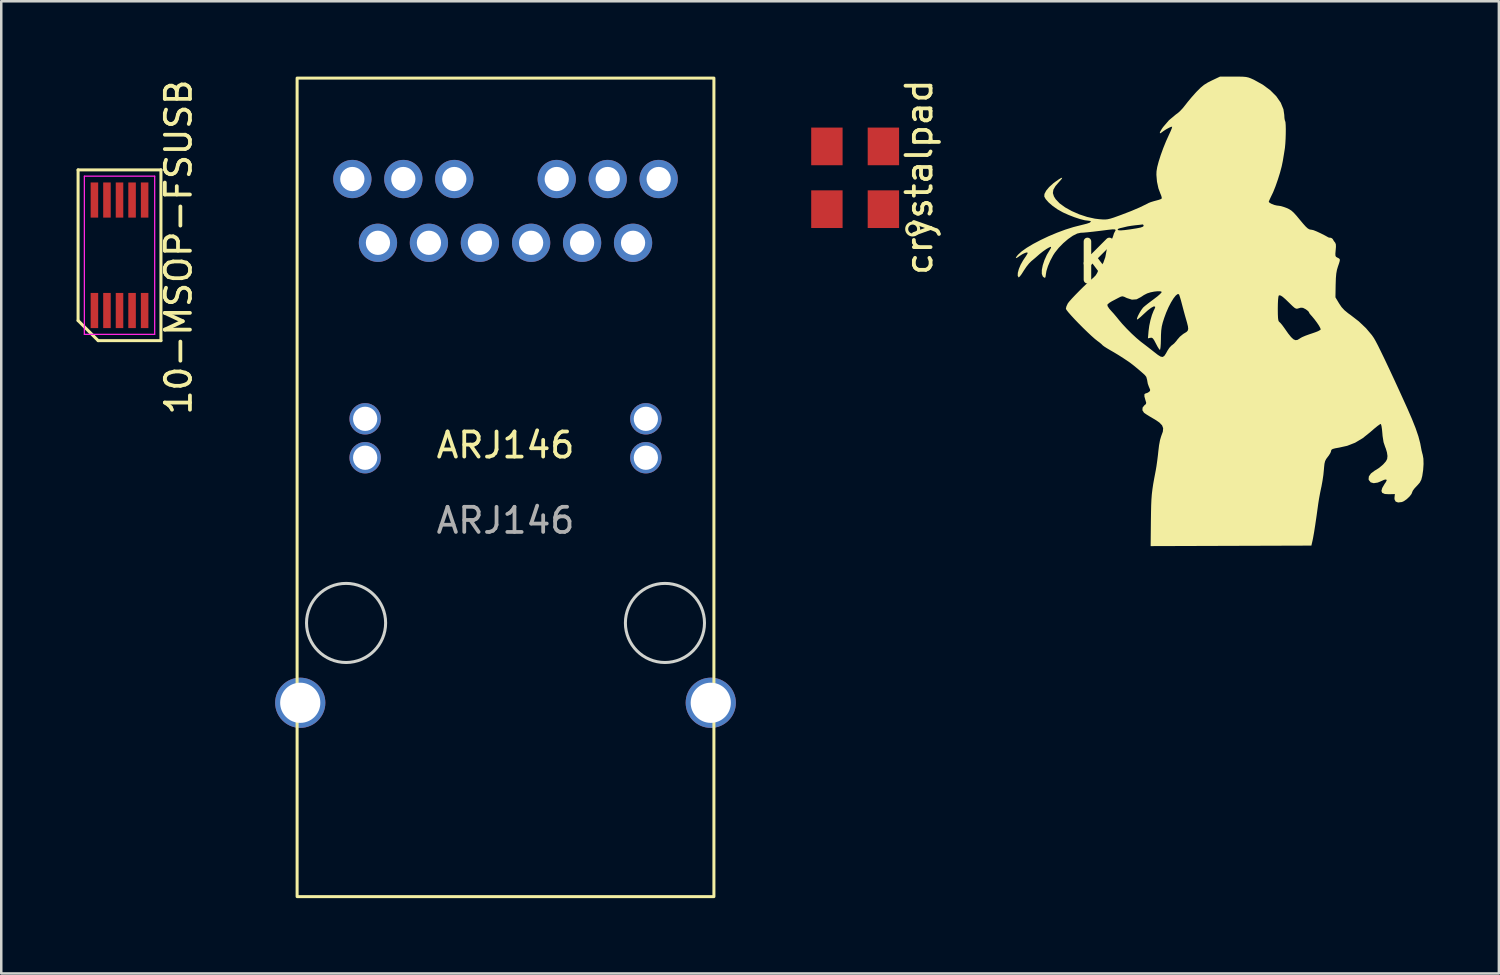
<source format=kicad_pcb>
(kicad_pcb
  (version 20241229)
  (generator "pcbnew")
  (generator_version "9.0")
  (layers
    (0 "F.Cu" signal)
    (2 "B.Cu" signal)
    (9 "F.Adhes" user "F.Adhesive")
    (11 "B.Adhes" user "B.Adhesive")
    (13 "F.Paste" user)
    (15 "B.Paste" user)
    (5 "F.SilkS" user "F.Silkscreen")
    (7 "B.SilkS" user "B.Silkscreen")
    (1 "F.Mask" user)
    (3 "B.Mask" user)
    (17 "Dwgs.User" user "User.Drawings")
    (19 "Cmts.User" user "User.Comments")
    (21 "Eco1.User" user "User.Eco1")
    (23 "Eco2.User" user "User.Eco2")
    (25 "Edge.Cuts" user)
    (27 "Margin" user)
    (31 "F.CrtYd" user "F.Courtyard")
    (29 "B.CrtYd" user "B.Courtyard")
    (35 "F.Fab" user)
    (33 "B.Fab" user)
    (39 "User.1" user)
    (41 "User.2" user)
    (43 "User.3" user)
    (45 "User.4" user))
  (footprint "ARJ146"
    (layer "F.Cu")
    (at 17.083 15.18)
    (property "Reference" "ARJ146" (at 0 -0.5 0) (unlocked yes) (layer "F.SilkS") (effects (font (size 1 1) (thickness 0.15))))
    (attr through_hole)
    (fp_rect (start 8.3 17.48) (end -8.3 -15.12) (stroke (width 0.12) (type solid)) (fill no) (layer "F.SilkS"))
    (fp_circle (center -6.35 6.58) (end -4.775 6.58) (stroke (width 0.12) (type solid)) (fill no) (layer "Edge.Cuts"))
    (fp_circle (center 6.35 6.58) (end 7.925 6.58) (stroke (width 0.12) (type solid)) (fill no) (layer "Edge.Cuts"))
    (fp_text user "${REFERENCE}" (at 0 2.5 0) (unlocked yes) (layer "F.Fab") (effects (font (size 1 1) (thickness 0.15))))
    (pad "1" thru_hole circle (at 5.08 -8.56) (size 1.524 1.524) (drill 0.965) (layers "*.Cu" "*.Mask"))
    (pad "2" thru_hole circle (at 3.05 -8.56) (size 1.524 1.524) (drill 0.965) (layers "*.Cu" "*.Mask"))
    (pad "3" thru_hole circle (at 1.02 -8.56) (size 1.524 1.524) (drill 0.965) (layers "*.Cu" "*.Mask"))
    (pad "4" thru_hole circle (at -1.02 -8.56) (size 1.524 1.524) (drill 0.965) (layers "*.Cu" "*.Mask"))
    (pad "5" thru_hole circle (at -3.05 -8.56) (size 1.524 1.524) (drill 0.965) (layers "*.Cu" "*.Mask"))
    (pad "6" thru_hole circle (at -5.08 -8.56) (size 1.524 1.524) (drill 0.965) (layers "*.Cu" "*.Mask"))
    (pad "7" thru_hole circle (at 6.1 -11.1) (size 1.524 1.524) (drill 0.965) (layers "*.Cu" "*.Mask"))
    (pad "8" thru_hole circle (at 4.07 -11.1) (size 1.524 1.524) (drill 0.965) (layers "*.Cu" "*.Mask"))
    (pad "9" thru_hole circle (at 2.04 -11.1) (size 1.524 1.524) (drill 0.965) (layers "*.Cu" "*.Mask"))
    (pad "10" thru_hole circle (at -2.04 -11.1) (size 1.524 1.524) (drill 0.965) (layers "*.Cu" "*.Mask"))
    (pad "11" thru_hole circle (at -4.07 -11.1) (size 1.524 1.524) (drill 0.965) (layers "*.Cu" "*.Mask"))
    (pad "12" thru_hole circle (at -6.1 -11.1) (size 1.524 1.524) (drill 0.965) (layers "*.Cu" "*.Mask"))
    (pad "13" thru_hole circle (at 5.59 -1.55) (size 1.25 1.25) (drill 0.965) (layers "*.Cu" "*.Mask"))
    (pad "14" thru_hole circle (at -5.59 -1.55) (size 1.25 1.25) (drill 0.965) (layers "*.Cu" "*.Mask"))
    (pad "15" thru_hole circle (at 5.59 0) (size 1.25 1.25) (drill 0.965) (layers "*.Cu" "*.Mask"))
    (pad "16" thru_hole circle (at -5.59 0) (size 1.25 1.25) (drill 0.965) (layers "*.Cu" "*.Mask"))
    (pad "17" thru_hole circle (at 8.175 9.76) (size 2 2) (drill 1.6) (layers "*.Cu" "*.Mask"))
    (pad "18" thru_hole circle (at -8.175 9.76) (size 2 2) (drill 1.6) (layers "*.Cu" "*.Mask")))
  (footprint "KANBARU"
    (layer "F.Cu")
    (at 44.361 8.7)
    (property "Reference" "KANBARU" (at 0.725 -1.3 180) (layer "F.SilkS") (effects (font (size 1.524 1.524) (thickness 0.3))))
    (attr through_hole)
    (fp_poly (pts (xy 1.94 -8.699) (xy 2.099 -8.695) (xy 2.217 -8.684) (xy 2.312 -8.663) (xy 2.405 -8.629) (xy 2.513 -8.58) (xy 2.527 -8.574) (xy 2.879 -8.379) (xy 3.179 -8.158) (xy 3.42 -7.916) (xy 3.597 -7.661) (xy 3.705 -7.397) (xy 3.738 -7.172) (xy 3.745 -7.049) (xy 3.76 -6.96) (xy 3.771 -6.936) (xy 3.786 -6.881) (xy 3.795 -6.765) (xy 3.799 -6.604) (xy 3.797 -6.416) (xy 3.791 -6.219) (xy 3.78 -6.031) (xy 3.765 -5.868) (xy 3.755 -5.8) (xy 3.727 -5.624) (xy 3.697 -5.444) (xy 3.68 -5.34) (xy 3.636 -5.126) (xy 3.567 -4.867) (xy 3.481 -4.593) (xy 3.389 -4.33) (xy 3.299 -4.105) (xy 3.259 -4.02) (xy 3.193 -3.884) (xy 3.144 -3.777) (xy 3.121 -3.718) (xy 3.12 -3.713) (xy 3.155 -3.673) (xy 3.24 -3.627) (xy 3.348 -3.586) (xy 3.453 -3.562) (xy 3.485 -3.56) (xy 3.584 -3.545) (xy 3.721 -3.507) (xy 3.822 -3.47) (xy 3.929 -3.421) (xy 4.022 -3.362) (xy 4.115 -3.279) (xy 4.226 -3.157) (xy 4.345 -3.013) (xy 4.488 -2.842) (xy 4.593 -2.725) (xy 4.674 -2.652) (xy 4.741 -2.614) (xy 4.806 -2.601) (xy 4.829 -2.6) (xy 4.907 -2.581) (xy 5.034 -2.53) (xy 5.19 -2.457) (xy 5.356 -2.373) (xy 5.511 -2.287) (xy 5.637 -2.209) (xy 5.713 -2.15) (xy 5.716 -2.147) (xy 5.768 -2.082) (xy 5.793 -2.015) (xy 5.796 -1.92) (xy 5.785 -1.788) (xy 5.773 -1.649) (xy 5.776 -1.568) (xy 5.798 -1.523) (xy 5.847 -1.493) (xy 5.86 -1.487) (xy 5.919 -1.457) (xy 5.949 -1.422) (xy 5.949 -1.365) (xy 5.921 -1.266) (xy 5.876 -1.136) (xy 5.836 -1.002) (xy 5.809 -0.854) (xy 5.793 -0.671) (xy 5.785 -0.431) (xy 5.784 -0.404) (xy 5.776 0.092) (xy 5.922 0.336) (xy 6.019 0.48) (xy 6.132 0.603) (xy 6.281 0.726) (xy 6.384 0.8) (xy 6.706 1.049) (xy 6.993 1.321) (xy 7.228 1.599) (xy 7.308 1.715) (xy 7.374 1.83) (xy 7.471 2.015) (xy 7.595 2.267) (xy 7.747 2.581) (xy 7.923 2.954) (xy 8.123 3.383) (xy 8.344 3.864) (xy 8.585 4.394) (xy 8.633 4.5) (xy 8.822 4.934) (xy 8.971 5.308) (xy 9.08 5.629) (xy 9.152 5.903) (xy 9.178 6.04) (xy 9.206 6.189) (xy 9.242 6.332) (xy 9.251 6.36) (xy 9.279 6.518) (xy 9.285 6.73) (xy 9.269 6.972) (xy 9.234 7.206) (xy 9.195 7.356) (xy 9.134 7.472) (xy 9.029 7.591) (xy 9.016 7.604) (xy 8.922 7.705) (xy 8.858 7.792) (xy 8.838 7.838) (xy 8.805 7.924) (xy 8.724 8.028) (xy 8.615 8.131) (xy 8.5 8.211) (xy 8.424 8.244) (xy 8.272 8.263) (xy 8.172 8.225) (xy 8.127 8.133) (xy 8.128 8.06) (xy 8.143 7.927) (xy 7.907 7.934) (xy 7.74 7.924) (xy 7.641 7.882) (xy 7.607 7.803) (xy 7.639 7.684) (xy 7.735 7.52) (xy 7.782 7.454) (xy 7.819 7.377) (xy 7.794 7.345) (xy 7.715 7.359) (xy 7.657 7.386) (xy 7.46 7.47) (xy 7.299 7.494) (xy 7.178 7.46) (xy 7.105 7.369) (xy 7.096 7.339) (xy 7.107 7.224) (xy 7.19 7.106) (xy 7.34 6.993) (xy 7.4 6.959) (xy 7.511 6.887) (xy 7.636 6.784) (xy 7.695 6.727) (xy 7.789 6.619) (xy 7.835 6.528) (xy 7.847 6.423) (xy 7.847 6.405) (xy 7.828 6.27) (xy 7.782 6.115) (xy 7.756 6.051) (xy 7.692 5.861) (xy 7.653 5.612) (xy 7.644 5.503) (xy 7.629 5.344) (xy 7.61 5.218) (xy 7.589 5.145) (xy 7.58 5.134) (xy 7.537 5.155) (xy 7.447 5.22) (xy 7.324 5.32) (xy 7.181 5.444) (xy 7.167 5.457) (xy 6.861 5.702) (xy 6.56 5.882) (xy 6.245 6.005) (xy 5.927 6.076) (xy 5.764 6.105) (xy 5.666 6.132) (xy 5.616 6.165) (xy 5.6 6.211) (xy 5.6 6.225) (xy 5.576 6.289) (xy 5.516 6.386) (xy 5.47 6.446) (xy 5.405 6.534) (xy 5.364 6.617) (xy 5.339 6.719) (xy 5.323 6.866) (xy 5.316 6.954) (xy 5.295 7.166) (xy 5.259 7.408) (xy 5.218 7.632) (xy 5.211 7.66) (xy 5.167 7.872) (xy 5.124 8.104) (xy 5.091 8.311) (xy 5.087 8.34) (xy 5.025 8.791) (xy 4.97 9.164) (xy 4.924 9.458) (xy 4.885 9.674) (xy 4.868 9.76) (xy 4.818 9.98) (xy 1.617 9.99) (xy -1.584 10) (xy -1.574 8.989) (xy -1.569 8.652) (xy -1.563 8.376) (xy -1.553 8.143) (xy -1.537 7.936) (xy -1.513 7.734) (xy -1.481 7.521) (xy -1.437 7.278) (xy -1.382 6.991) (xy -1.352 6.814) (xy -1.321 6.593) (xy -1.292 6.36) (xy -1.279 6.233) (xy -1.249 5.984) (xy -1.21 5.775) (xy -1.165 5.624) (xy -1.159 5.607) (xy -1.098 5.44) (xy -1.086 5.305) (xy -1.129 5.19) (xy -1.234 5.08) (xy -1.406 4.963) (xy -1.473 4.924) (xy -1.621 4.837) (xy -1.748 4.758) (xy -1.833 4.7) (xy -1.85 4.687) (xy -1.912 4.59) (xy -1.905 4.483) (xy -1.833 4.392) (xy -1.83 4.39) (xy -1.773 4.343) (xy -1.761 4.289) (xy -1.789 4.195) (xy -1.79 4.192) (xy -1.833 4.04) (xy -1.831 3.948) (xy -1.788 3.92) (xy -1.716 3.898) (xy -1.658 3.864) (xy -1.612 3.823) (xy -1.603 3.778) (xy -1.633 3.701) (xy -1.651 3.662) (xy -1.697 3.535) (xy -1.72 3.412) (xy -1.72 3.397) (xy -1.757 3.262) (xy -1.814 3.188) (xy -1.934 3.08) (xy -2.081 2.954) (xy -2.234 2.828) (xy -2.37 2.721) (xy -2.454 2.66) (xy -2.676 2.512) (xy -2.864 2.392) (xy -3.047 2.282) (xy -3.189 2.2) (xy -3.326 2.119) (xy -3.434 2.05) (xy -3.496 2.003) (xy -3.503 1.995) (xy -3.548 1.95) (xy -3.635 1.879) (xy -3.694 1.836) (xy -3.804 1.749) (xy -3.944 1.625) (xy -4.104 1.475) (xy -4.275 1.309) (xy -4.446 1.137) (xy -4.608 0.969) (xy -4.75 0.815) (xy -4.863 0.686) (xy -4.936 0.592) (xy -4.96 0.545) (xy -4.939 0.454) (xy -4.909 0.389) (xy -3.309 0.389) (xy -3.295 0.449) (xy -3.233 0.543) (xy -3.172 0.613) (xy -3.054 0.743) (xy -2.926 0.895) (xy -2.858 0.98) (xy -2.716 1.148) (xy -2.537 1.34) (xy -2.341 1.536) (xy -2.148 1.714) (xy -1.98 1.855) (xy -1.948 1.88) (xy -1.829 1.97) (xy -1.674 2.089) (xy -1.511 2.217) (xy -1.449 2.266) (xy -1.294 2.386) (xy -1.185 2.453) (xy -1.106 2.467) (xy -1.041 2.426) (xy -0.975 2.328) (xy -0.916 2.22) (xy -0.841 2.105) (xy -0.76 2.017) (xy -0.728 1.994) (xy -0.649 1.93) (xy -0.559 1.829) (xy -0.526 1.782) (xy -0.419 1.659) (xy -0.286 1.55) (xy -0.245 1.525) (xy -0.159 1.473) (xy -0.108 1.42) (xy -0.088 1.35) (xy -0.099 1.246) (xy -0.137 1.093) (xy -0.175 0.96) (xy -0.216 0.819) (xy -0.267 0.632) (xy -0.291 0.54) (xy 3.48 0.54) (xy 3.482 0.76) (xy 3.489 0.911) (xy 3.502 1.005) (xy 3.523 1.056) (xy 3.537 1.068) (xy 3.588 1.116) (xy 3.665 1.21) (xy 3.747 1.323) (xy 3.893 1.531) (xy 4.009 1.675) (xy 4.102 1.762) (xy 4.183 1.798) (xy 4.261 1.789) (xy 4.344 1.74) (xy 4.366 1.724) (xy 4.447 1.678) (xy 4.582 1.62) (xy 4.745 1.561) (xy 4.815 1.538) (xy 4.972 1.484) (xy 5.098 1.432) (xy 5.174 1.389) (xy 5.188 1.374) (xy 5.174 1.319) (xy 5.121 1.221) (xy 5.039 1.098) (xy 4.94 0.966) (xy 4.838 0.843) (xy 4.79 0.791) (xy 4.736 0.723) (xy 4.72 0.683) (xy 4.689 0.641) (xy 4.612 0.581) (xy 4.586 0.563) (xy 4.483 0.511) (xy 4.398 0.504) (xy 4.323 0.525) (xy 4.259 0.544) (xy 4.206 0.542) (xy 4.147 0.51) (xy 4.065 0.439) (xy 3.944 0.321) (xy 3.942 0.319) (xy 3.788 0.17) (xy 3.678 0.074) (xy 3.6 0.023) (xy 3.547 0.011) (xy 3.52 0.02) (xy 3.504 0.069) (xy 3.491 0.183) (xy 3.483 0.349) (xy 3.48 0.54) (xy -0.291 0.54) (xy -0.319 0.435) (xy -0.337 0.367) (xy -0.38 0.204) (xy -0.42 0.071) (xy -0.448 -0.013) (xy -0.458 -0.032) (xy -0.512 -0.037) (xy -0.586 0.023) (xy -0.676 0.137) (xy -0.773 0.295) (xy -0.872 0.486) (xy -0.966 0.701) (xy -1.043 0.91) (xy -1.103 1.098) (xy -1.141 1.255) (xy -1.162 1.41) (xy -1.173 1.594) (xy -1.175 1.746) (xy -1.18 1.932) (xy -1.19 2.076) (xy -1.204 2.165) (xy -1.217 2.187) (xy -1.252 2.148) (xy -1.31 2.056) (xy -1.376 1.931) (xy -1.377 1.929) (xy -1.446 1.798) (xy -1.497 1.727) (xy -1.543 1.7) (xy -1.596 1.704) (xy -1.692 1.725) (xy -1.667 1.432) (xy -1.639 1.223) (xy -1.592 1.002) (xy -1.532 0.794) (xy -1.466 0.626) (xy -1.433 0.564) (xy -1.404 0.493) (xy -1.408 0.459) (xy -1.465 0.456) (xy -1.567 0.511) (xy -1.707 0.619) (xy -1.872 0.769) (xy -1.983 0.872) (xy -2.072 0.945) (xy -2.123 0.977) (xy -2.13 0.977) (xy -2.127 0.929) (xy -2.092 0.837) (xy -2.034 0.723) (xy -1.965 0.609) (xy -1.897 0.516) (xy -1.873 0.489) (xy -1.801 0.427) (xy -1.683 0.333) (xy -1.538 0.223) (xy -1.449 0.157) (xy -1.308 0.049) (xy -1.205 -0.042) (xy -1.149 -0.106) (xy -1.144 -0.127) (xy -1.199 -0.149) (xy -1.307 -0.151) (xy -1.445 -0.136) (xy -1.59 -0.107) (xy -1.719 -0.066) (xy -1.724 -0.064) (xy -1.853 0.002) (xy -1.969 0.079) (xy -2.143 0.171) (xy -2.329 0.185) (xy -2.529 0.121) (xy -2.532 0.12) (xy -2.642 0.068) (xy -2.713 0.051) (xy -2.779 0.068) (xy -2.846 0.101) (xy -2.974 0.168) (xy -3.113 0.241) (xy -3.134 0.252) (xy -3.234 0.314) (xy -3.299 0.373) (xy -3.309 0.389) (xy -4.909 0.389) (xy -4.889 0.345) (xy -4.882 0.332) (xy -4.823 0.256) (xy -4.719 0.139) (xy -4.582 -0.006) (xy -4.425 -0.166) (xy -4.262 -0.328) (xy -4.104 -0.478) (xy -3.966 -0.604) (xy -3.867 -0.688) (xy -3.774 -0.782) (xy -3.711 -0.883) (xy -3.702 -0.908) (xy -3.654 -1.017) (xy -3.579 -1.121) (xy -3.47 -1.283) (xy -3.389 -1.51) (xy -3.338 -1.787) (xy -3.332 -1.851) (xy -3.316 -1.998) (xy -3.294 -2.087) (xy -3.258 -2.139) (xy -3.206 -2.171) (xy -3.111 -2.259) (xy -3.077 -2.35) (xy -3.044 -2.458) (xy -3.003 -2.536) (xy -2.976 -2.586) (xy -2.987 -2.596) (xy -2.898 -2.596) (xy -2.858 -2.578) (xy -2.767 -2.574) (xy -2.617 -2.587) (xy -2.403 -2.615) (xy -2.14 -2.656) (xy -1.978 -2.689) (xy -1.887 -2.724) (xy -1.86 -2.761) (xy -1.886 -2.808) (xy -1.908 -2.811) (xy -1.973 -2.802) (xy -2.088 -2.789) (xy -2.188 -2.779) (xy -2.345 -2.759) (xy -2.493 -2.735) (xy -2.56 -2.72) (xy -2.691 -2.688) (xy -2.811 -2.661) (xy -2.812 -2.661) (xy -2.884 -2.632) (xy -2.898 -2.596) (xy -2.987 -2.596) (xy -3.005 -2.612) (xy -3.097 -2.616) (xy -3.259 -2.599) (xy -3.26 -2.599) (xy -3.588 -2.557) (xy -3.875 -2.523) (xy -4.109 -2.498) (xy -4.281 -2.483) (xy -4.365 -2.48) (xy -4.508 -2.449) (xy -4.682 -2.362) (xy -4.871 -2.23) (xy -5.063 -2.066) (xy -5.244 -1.881) (xy -5.4 -1.685) (xy -5.468 -1.58) (xy -5.581 -1.368) (xy -5.673 -1.153) (xy -5.735 -0.957) (xy -5.76 -0.803) (xy -5.76 -0.794) (xy -5.775 -0.703) (xy -5.817 -0.686) (xy -5.881 -0.741) (xy -5.919 -0.844) (xy -5.918 -0.997) (xy -5.881 -1.185) (xy -5.813 -1.392) (xy -5.718 -1.602) (xy -5.601 -1.798) (xy -5.592 -1.81) (xy -5.552 -1.883) (xy -5.553 -1.919) (xy -5.558 -1.92) (xy -5.627 -1.896) (xy -5.737 -1.832) (xy -5.869 -1.74) (xy -6.002 -1.635) (xy -6.049 -1.594) (xy -6.174 -1.484) (xy -6.305 -1.374) (xy -6.34 -1.345) (xy -6.431 -1.253) (xy -6.538 -1.118) (xy -6.638 -0.968) (xy -6.646 -0.955) (xy -6.725 -0.83) (xy -6.793 -0.741) (xy -6.838 -0.702) (xy -6.844 -0.703) (xy -6.879 -0.768) (xy -6.874 -0.884) (xy -6.834 -1.034) (xy -6.764 -1.203) (xy -6.668 -1.374) (xy -6.62 -1.446) (xy -6.545 -1.556) (xy -6.494 -1.642) (xy -6.48 -1.679) (xy -6.51 -1.697) (xy -6.587 -1.677) (xy -6.692 -1.626) (xy -6.808 -1.552) (xy -6.83 -1.535) (xy -6.92 -1.475) (xy -6.954 -1.472) (xy -6.932 -1.522) (xy -6.869 -1.603) (xy -6.727 -1.734) (xy -6.521 -1.88) (xy -6.264 -2.034) (xy -5.969 -2.189) (xy -5.649 -2.341) (xy -5.316 -2.481) (xy -4.985 -2.604) (xy -4.668 -2.704) (xy -4.56 -2.732) (xy -4.393 -2.774) (xy -4.229 -2.815) (xy -4.13 -2.84) (xy -4.017 -2.879) (xy -3.966 -2.918) (xy -3.98 -2.948) (xy -4.064 -2.96) (xy -4.066 -2.96) (xy -4.204 -2.977) (xy -4.394 -3.025) (xy -4.615 -3.097) (xy -4.847 -3.187) (xy -5.072 -3.288) (xy -5.08 -3.292) (xy -5.289 -3.409) (xy -5.483 -3.545) (xy -5.647 -3.687) (xy -5.766 -3.822) (xy -5.821 -3.923) (xy -5.814 -4.025) (xy -5.746 -4.155) (xy -5.626 -4.3) (xy -5.461 -4.45) (xy -5.394 -4.501) (xy -5.244 -4.606) (xy -5.148 -4.663) (xy -5.107 -4.67) (xy -5.124 -4.628) (xy -5.202 -4.537) (xy -5.227 -4.51) (xy -5.375 -4.339) (xy -5.458 -4.195) (xy -5.478 -4.063) (xy -5.437 -3.929) (xy -5.366 -3.815) (xy -5.21 -3.651) (xy -4.991 -3.491) (xy -4.724 -3.343) (xy -4.426 -3.213) (xy -4.114 -3.11) (xy -3.802 -3.041) (xy -3.627 -3.02) (xy -3.496 -3.01) (xy -3.392 -3.008) (xy -3.295 -3.018) (xy -3.187 -3.043) (xy -3.05 -3.086) (xy -2.865 -3.153) (xy -2.76 -3.191) (xy -2.362 -3.344) (xy -2.025 -3.488) (xy -1.728 -3.632) (xy -1.66 -3.668) (xy -1.574 -3.702) (xy -1.448 -3.74) (xy -1.38 -3.758) (xy -1.259 -3.791) (xy -1.171 -3.823) (xy -1.147 -3.838) (xy -1.143 -3.89) (xy -1.172 -3.983) (xy -1.191 -4.025) (xy -1.275 -4.25) (xy -1.332 -4.516) (xy -1.355 -4.788) (xy -1.35 -4.93) (xy -1.322 -5.097) (xy -1.264 -5.318) (xy -1.182 -5.575) (xy -1.082 -5.851) (xy -0.97 -6.127) (xy -0.852 -6.387) (xy -0.85 -6.391) (xy -0.787 -6.528) (xy -0.744 -6.636) (xy -0.728 -6.697) (xy -0.729 -6.703) (xy -0.773 -6.697) (xy -0.86 -6.658) (xy -0.967 -6.599) (xy -1.071 -6.532) (xy -1.13 -6.487) (xy -1.198 -6.441) (xy -1.221 -6.453) (xy -1.2 -6.515) (xy -1.137 -6.62) (xy -1.089 -6.688) (xy -0.854 -6.962) (xy -0.58 -7.191) (xy -0.519 -7.234) (xy -0.423 -7.316) (xy -0.309 -7.437) (xy -0.208 -7.562) (xy -0.1 -7.7) (xy 0.039 -7.867) (xy 0.186 -8.033) (xy 0.238 -8.09) (xy 0.397 -8.25) (xy 0.538 -8.368) (xy 0.692 -8.464) (xy 0.847 -8.542) (xy 1.18 -8.7) (xy 1.72 -8.7)) (stroke (width 0) (type solid)) (fill yes) (layer "F.SilkS")))
  (footprint "crystalpad"
    (layer "F.Cu")
    (at 31.008 4.031)
    (property "Reference" "crystalpad" (at 2.55 -0.025 270) (layer "F.SilkS") (effects (font (size 1 1) (thickness 0.15))))
    (attr exclude_from_pos_files)
    (fp_circle (center 2.29 2.04) (end 2.51 2.13) (stroke (width 0.12) (type solid)) (fill no) (layer "F.SilkS"))
    (pad "1" smd rect (at -1.125 -1.25) (size 1.25 1.5) (layers "F.Cu" "F.Mask" "F.Paste"))
    (pad "2" smd rect (at -1.125 1.25) (size 1.25 1.5) (layers "F.Cu" "F.Mask" "F.Paste"))
    (pad "3" smd rect (at 1.125 1.25) (size 1.25 1.5) (layers "F.Cu" "F.Mask" "F.Paste"))
    (pad "4" smd rect (at 1.125 -1.25) (size 1.25 1.5) (layers "F.Cu" "F.Mask" "F.Paste")))
  (footprint "10-MSOP-FSUSB"
    (layer "F.Cu")
    (at 1.71 7.117)
    (property "Reference" "10-MSOP-FSUSB" (at 2.35 -0.325 270) (layer "F.SilkS") (effects (font (size 1 1) (thickness 0.15))))
    (attr smd)
    (fp_line (start -1.65 -3.4) (end 1.65 -3.4) (stroke (width 0.12) (type solid)) (layer "F.SilkS"))
    (fp_line (start -1.65 2.6) (end -1.65 -3.4) (stroke (width 0.12) (type solid)) (layer "F.SilkS"))
    (fp_line (start -0.85 3.4) (end -1.65 2.6) (stroke (width 0.12) (type solid)) (layer "F.SilkS"))
    (fp_line (start 1.65 -3.4) (end 1.65 3.4) (stroke (width 0.12) (type solid)) (layer "F.SilkS"))
    (fp_line (start 1.65 3.4) (end -0.85 3.4) (stroke (width 0.12) (type solid)) (layer "F.SilkS"))
    (fp_line (start -1.4 -3.15) (end 1.4 -3.15) (stroke (width 0.05) (type solid)) (layer "F.CrtYd"))
    (fp_line (start -1.4 3.15) (end -1.4 -3.15) (stroke (width 0.05) (type solid)) (layer "F.CrtYd"))
    (fp_line (start 1.4 -3.15) (end 1.4 3.15) (stroke (width 0.05) (type solid)) (layer "F.CrtYd"))
    (fp_line (start 1.4 3.15) (end -1.4 3.15) (stroke (width 0.05) (type solid)) (layer "F.CrtYd"))
    (pad "1" smd rect (at -1 2.2) (size 0.3 1.4) (layers "F.Cu" "F.Mask" "F.Paste"))
    (pad "2" smd rect (at -0.5 2.2) (size 0.3 1.4) (layers "F.Cu" "F.Mask" "F.Paste"))
    (pad "3" smd rect (at 0 2.2) (size 0.3 1.4) (layers "F.Cu" "F.Mask" "F.Paste"))
    (pad "4" smd rect (at 0.5 2.2) (size 0.3 1.4) (layers "F.Cu" "F.Mask" "F.Paste"))
    (pad "5" smd rect (at 1 2.2) (size 0.3 1.4) (layers "F.Cu" "F.Mask" "F.Paste"))
    (pad "6" smd rect (at 1 -2.2) (size 0.3 1.4) (layers "F.Cu" "F.Mask" "F.Paste"))
    (pad "7" smd rect (at 0.5 -2.2) (size 0.3 1.4) (layers "F.Cu" "F.Mask" "F.Paste"))
    (pad "8" smd rect (at 0 -2.2) (size 0.3 1.4) (layers "F.Cu" "F.Mask" "F.Paste"))
    (pad "9" smd rect (at -0.5 -2.2) (size 0.3 1.4) (layers "F.Cu" "F.Mask" "F.Paste"))
    (pad "10" smd rect (at -1 -2.2) (size 0.3 1.4) (layers "F.Cu" "F.Mask" "F.Paste")))
  (gr_rect
    (start -3 -3)
    (end 56.646 35.72)
    (stroke (width 0.1) (type default))
    (fill no)
    (layer "Edge.Cuts")))
</source>
